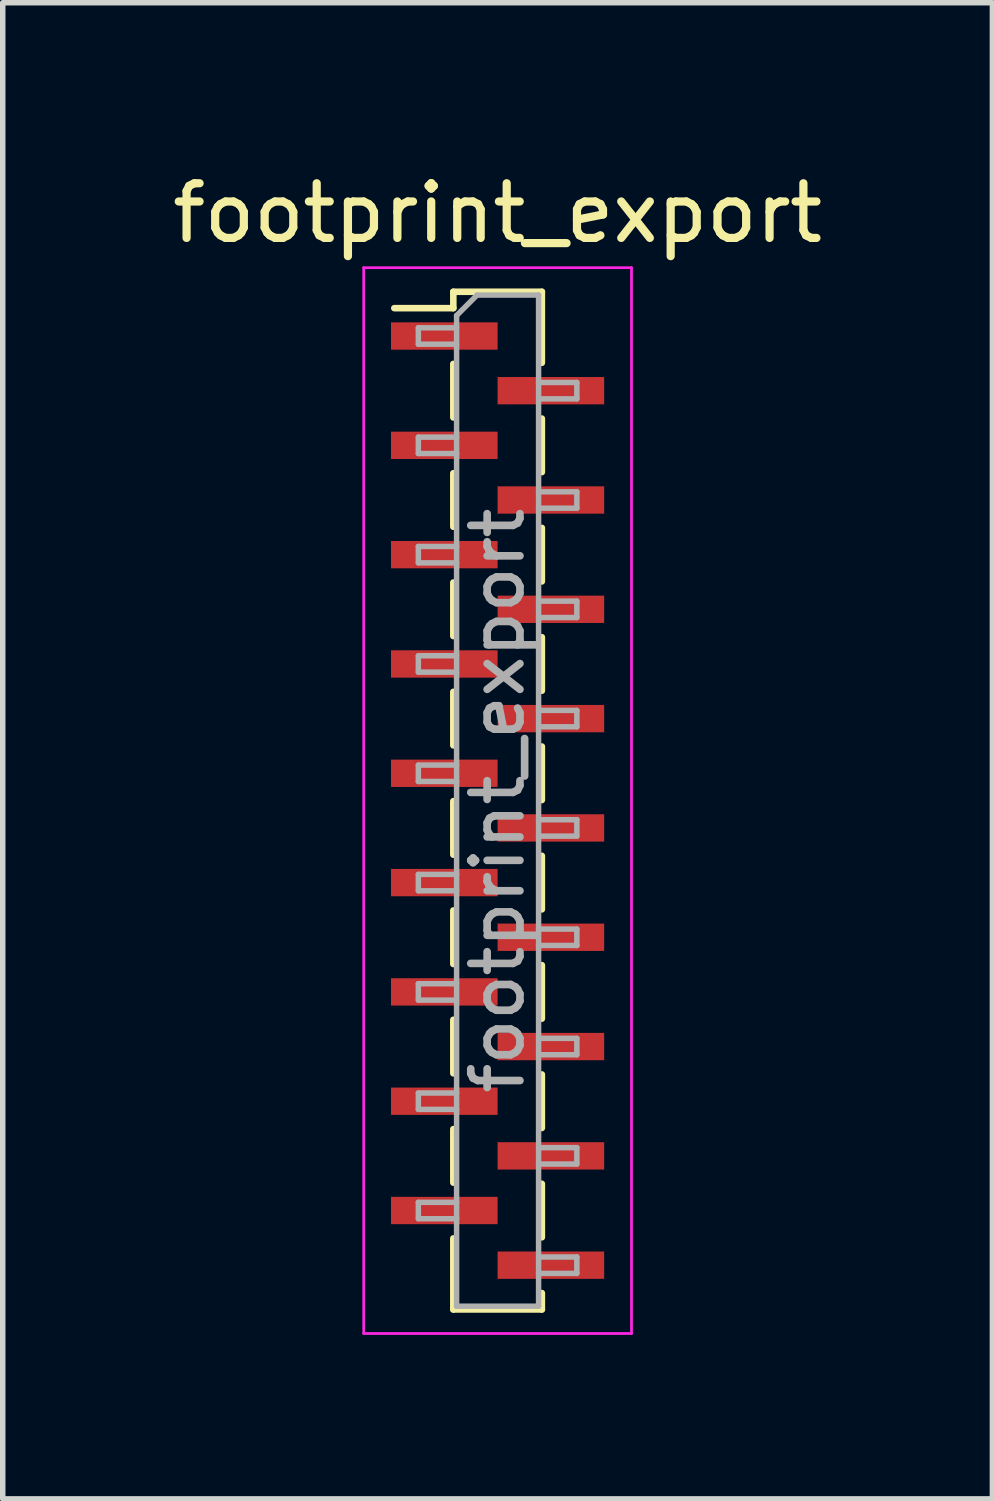
<source format=kicad_pcb>
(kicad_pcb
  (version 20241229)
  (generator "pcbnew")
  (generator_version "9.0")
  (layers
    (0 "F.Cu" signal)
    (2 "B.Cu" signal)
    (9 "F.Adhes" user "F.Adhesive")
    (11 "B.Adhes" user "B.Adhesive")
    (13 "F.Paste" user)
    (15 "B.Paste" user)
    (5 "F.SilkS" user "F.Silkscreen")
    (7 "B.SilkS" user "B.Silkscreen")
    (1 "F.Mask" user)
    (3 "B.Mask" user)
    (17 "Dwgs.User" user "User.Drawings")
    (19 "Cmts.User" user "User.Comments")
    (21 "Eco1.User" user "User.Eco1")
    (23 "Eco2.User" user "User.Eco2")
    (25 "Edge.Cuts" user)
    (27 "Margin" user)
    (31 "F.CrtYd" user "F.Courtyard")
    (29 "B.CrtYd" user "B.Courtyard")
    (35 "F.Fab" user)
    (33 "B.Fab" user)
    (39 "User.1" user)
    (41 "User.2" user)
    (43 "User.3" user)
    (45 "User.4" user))
  (footprint "footprint_export"
    (layer "F.Cu")
    (at 6.054 11.598)
    (property "Reference" "footprint_export" (at 0 -10.75 0) (layer "F.SilkS") (effects (font (size 1 1) (thickness 0.15))))
    (attr smd)
    (fp_line (start -1.89 -9.01) (end -0.81 -9.01) (stroke (width 0.12) (type solid)) (layer "F.SilkS"))
    (fp_line (start -0.81 -9.31) (end -0.81 -9.01) (stroke (width 0.12) (type solid)) (layer "F.SilkS"))
    (fp_line (start -0.81 -9.31) (end 0.81 -9.31) (stroke (width 0.12) (type solid)) (layer "F.SilkS"))
    (fp_line (start -0.81 -7.99) (end -0.81 -7.01) (stroke (width 0.12) (type solid)) (layer "F.SilkS"))
    (fp_line (start -0.81 -5.99) (end -0.81 -5.01) (stroke (width 0.12) (type solid)) (layer "F.SilkS"))
    (fp_line (start -0.81 -3.99) (end -0.81 -3.01) (stroke (width 0.12) (type solid)) (layer "F.SilkS"))
    (fp_line (start -0.81 -1.99) (end -0.81 -1.01) (stroke (width 0.12) (type solid)) (layer "F.SilkS"))
    (fp_line (start -0.81 0.01) (end -0.81 0.99) (stroke (width 0.12) (type solid)) (layer "F.SilkS"))
    (fp_line (start -0.81 2.01) (end -0.81 2.99) (stroke (width 0.12) (type solid)) (layer "F.SilkS"))
    (fp_line (start -0.81 4.01) (end -0.81 4.99) (stroke (width 0.12) (type solid)) (layer "F.SilkS"))
    (fp_line (start -0.81 6.01) (end -0.81 6.99) (stroke (width 0.12) (type solid)) (layer "F.SilkS"))
    (fp_line (start -0.81 8.01) (end -0.81 9.31) (stroke (width 0.12) (type solid)) (layer "F.SilkS"))
    (fp_line (start -0.81 9.31) (end 0.81 9.31) (stroke (width 0.12) (type solid)) (layer "F.SilkS"))
    (fp_line (start 0.81 -9.31) (end 0.81 -8.01) (stroke (width 0.12) (type solid)) (layer "F.SilkS"))
    (fp_line (start 0.81 -6.99) (end 0.81 -6.01) (stroke (width 0.12) (type solid)) (layer "F.SilkS"))
    (fp_line (start 0.81 -4.99) (end 0.81 -4.01) (stroke (width 0.12) (type solid)) (layer "F.SilkS"))
    (fp_line (start 0.81 -2.99) (end 0.81 -2.01) (stroke (width 0.12) (type solid)) (layer "F.SilkS"))
    (fp_line (start 0.81 -0.99) (end 0.81 -0.01) (stroke (width 0.12) (type solid)) (layer "F.SilkS"))
    (fp_line (start 0.81 1.01) (end 0.81 1.99) (stroke (width 0.12) (type solid)) (layer "F.SilkS"))
    (fp_line (start 0.81 3.01) (end 0.81 3.99) (stroke (width 0.12) (type solid)) (layer "F.SilkS"))
    (fp_line (start 0.81 5.01) (end 0.81 5.99) (stroke (width 0.12) (type solid)) (layer "F.SilkS"))
    (fp_line (start 0.81 7.01) (end 0.81 7.99) (stroke (width 0.12) (type solid)) (layer "F.SilkS"))
    (fp_line (start 0.81 9.01) (end 0.81 9.31) (stroke (width 0.12) (type solid)) (layer "F.SilkS"))
    (fp_line (start -2.45 -9.75) (end 2.45 -9.75) (stroke (width 0.05) (type solid)) (layer "F.CrtYd"))
    (fp_line (start -2.45 9.75) (end -2.45 -9.75) (stroke (width 0.05) (type solid)) (layer "F.CrtYd"))
    (fp_line (start 2.45 -9.75) (end 2.45 9.75) (stroke (width 0.05) (type solid)) (layer "F.CrtYd"))
    (fp_line (start 2.45 9.75) (end -2.45 9.75) (stroke (width 0.05) (type solid)) (layer "F.CrtYd"))
    (fp_line (start -1.45 -8.65) (end -0.75 -8.65) (stroke (width 0.1) (type solid)) (layer "F.Fab"))
    (fp_line (start -1.45 -8.35) (end -1.45 -8.65) (stroke (width 0.1) (type solid)) (layer "F.Fab"))
    (fp_line (start -1.45 -6.65) (end -0.75 -6.65) (stroke (width 0.1) (type solid)) (layer "F.Fab"))
    (fp_line (start -1.45 -6.35) (end -1.45 -6.65) (stroke (width 0.1) (type solid)) (layer "F.Fab"))
    (fp_line (start -1.45 -4.65) (end -0.75 -4.65) (stroke (width 0.1) (type solid)) (layer "F.Fab"))
    (fp_line (start -1.45 -4.35) (end -1.45 -4.65) (stroke (width 0.1) (type solid)) (layer "F.Fab"))
    (fp_line (start -1.45 -2.65) (end -0.75 -2.65) (stroke (width 0.1) (type solid)) (layer "F.Fab"))
    (fp_line (start -1.45 -2.35) (end -1.45 -2.65) (stroke (width 0.1) (type solid)) (layer "F.Fab"))
    (fp_line (start -1.45 -0.65) (end -0.75 -0.65) (stroke (width 0.1) (type solid)) (layer "F.Fab"))
    (fp_line (start -1.45 -0.35) (end -1.45 -0.65) (stroke (width 0.1) (type solid)) (layer "F.Fab"))
    (fp_line (start -1.45 1.35) (end -0.75 1.35) (stroke (width 0.1) (type solid)) (layer "F.Fab"))
    (fp_line (start -1.45 1.65) (end -1.45 1.35) (stroke (width 0.1) (type solid)) (layer "F.Fab"))
    (fp_line (start -1.45 3.35) (end -0.75 3.35) (stroke (width 0.1) (type solid)) (layer "F.Fab"))
    (fp_line (start -1.45 3.65) (end -1.45 3.35) (stroke (width 0.1) (type solid)) (layer "F.Fab"))
    (fp_line (start -1.45 5.35) (end -0.75 5.35) (stroke (width 0.1) (type solid)) (layer "F.Fab"))
    (fp_line (start -1.45 5.65) (end -1.45 5.35) (stroke (width 0.1) (type solid)) (layer "F.Fab"))
    (fp_line (start -1.45 7.35) (end -0.75 7.35) (stroke (width 0.1) (type solid)) (layer "F.Fab"))
    (fp_line (start -1.45 7.65) (end -1.45 7.35) (stroke (width 0.1) (type solid)) (layer "F.Fab"))
    (fp_line (start -0.75 -8.875) (end -0.375 -9.25) (stroke (width 0.1) (type solid)) (layer "F.Fab"))
    (fp_line (start -0.75 -8.35) (end -1.45 -8.35) (stroke (width 0.1) (type solid)) (layer "F.Fab"))
    (fp_line (start -0.75 -6.35) (end -1.45 -6.35) (stroke (width 0.1) (type solid)) (layer "F.Fab"))
    (fp_line (start -0.75 -4.35) (end -1.45 -4.35) (stroke (width 0.1) (type solid)) (layer "F.Fab"))
    (fp_line (start -0.75 -2.35) (end -1.45 -2.35) (stroke (width 0.1) (type solid)) (layer "F.Fab"))
    (fp_line (start -0.75 -0.35) (end -1.45 -0.35) (stroke (width 0.1) (type solid)) (layer "F.Fab"))
    (fp_line (start -0.75 1.65) (end -1.45 1.65) (stroke (width 0.1) (type solid)) (layer "F.Fab"))
    (fp_line (start -0.75 3.65) (end -1.45 3.65) (stroke (width 0.1) (type solid)) (layer "F.Fab"))
    (fp_line (start -0.75 5.65) (end -1.45 5.65) (stroke (width 0.1) (type solid)) (layer "F.Fab"))
    (fp_line (start -0.75 7.65) (end -1.45 7.65) (stroke (width 0.1) (type solid)) (layer "F.Fab"))
    (fp_line (start -0.75 9.25) (end -0.75 -8.875) (stroke (width 0.1) (type solid)) (layer "F.Fab"))
    (fp_line (start -0.375 -9.25) (end 0.75 -9.25) (stroke (width 0.1) (type solid)) (layer "F.Fab"))
    (fp_line (start 0.75 -9.25) (end 0.75 9.25) (stroke (width 0.1) (type solid)) (layer "F.Fab"))
    (fp_line (start 0.75 -7.65) (end 1.45 -7.65) (stroke (width 0.1) (type solid)) (layer "F.Fab"))
    (fp_line (start 0.75 -5.65) (end 1.45 -5.65) (stroke (width 0.1) (type solid)) (layer "F.Fab"))
    (fp_line (start 0.75 -3.65) (end 1.45 -3.65) (stroke (width 0.1) (type solid)) (layer "F.Fab"))
    (fp_line (start 0.75 -1.65) (end 1.45 -1.65) (stroke (width 0.1) (type solid)) (layer "F.Fab"))
    (fp_line (start 0.75 0.35) (end 1.45 0.35) (stroke (width 0.1) (type solid)) (layer "F.Fab"))
    (fp_line (start 0.75 2.35) (end 1.45 2.35) (stroke (width 0.1) (type solid)) (layer "F.Fab"))
    (fp_line (start 0.75 4.35) (end 1.45 4.35) (stroke (width 0.1) (type solid)) (layer "F.Fab"))
    (fp_line (start 0.75 6.35) (end 1.45 6.35) (stroke (width 0.1) (type solid)) (layer "F.Fab"))
    (fp_line (start 0.75 8.35) (end 1.45 8.35) (stroke (width 0.1) (type solid)) (layer "F.Fab"))
    (fp_line (start 0.75 9.25) (end -0.75 9.25) (stroke (width 0.1) (type solid)) (layer "F.Fab"))
    (fp_line (start 1.45 -7.65) (end 1.45 -7.35) (stroke (width 0.1) (type solid)) (layer "F.Fab"))
    (fp_line (start 1.45 -7.35) (end 0.75 -7.35) (stroke (width 0.1) (type solid)) (layer "F.Fab"))
    (fp_line (start 1.45 -5.65) (end 1.45 -5.35) (stroke (width 0.1) (type solid)) (layer "F.Fab"))
    (fp_line (start 1.45 -5.35) (end 0.75 -5.35) (stroke (width 0.1) (type solid)) (layer "F.Fab"))
    (fp_line (start 1.45 -3.65) (end 1.45 -3.35) (stroke (width 0.1) (type solid)) (layer "F.Fab"))
    (fp_line (start 1.45 -3.35) (end 0.75 -3.35) (stroke (width 0.1) (type solid)) (layer "F.Fab"))
    (fp_line (start 1.45 -1.65) (end 1.45 -1.35) (stroke (width 0.1) (type solid)) (layer "F.Fab"))
    (fp_line (start 1.45 -1.35) (end 0.75 -1.35) (stroke (width 0.1) (type solid)) (layer "F.Fab"))
    (fp_line (start 1.45 0.35) (end 1.45 0.65) (stroke (width 0.1) (type solid)) (layer "F.Fab"))
    (fp_line (start 1.45 0.65) (end 0.75 0.65) (stroke (width 0.1) (type solid)) (layer "F.Fab"))
    (fp_line (start 1.45 2.35) (end 1.45 2.65) (stroke (width 0.1) (type solid)) (layer "F.Fab"))
    (fp_line (start 1.45 2.65) (end 0.75 2.65) (stroke (width 0.1) (type solid)) (layer "F.Fab"))
    (fp_line (start 1.45 4.35) (end 1.45 4.65) (stroke (width 0.1) (type solid)) (layer "F.Fab"))
    (fp_line (start 1.45 4.65) (end 0.75 4.65) (stroke (width 0.1) (type solid)) (layer "F.Fab"))
    (fp_line (start 1.45 6.35) (end 1.45 6.65) (stroke (width 0.1) (type solid)) (layer "F.Fab"))
    (fp_line (start 1.45 6.65) (end 0.75 6.65) (stroke (width 0.1) (type solid)) (layer "F.Fab"))
    (fp_line (start 1.45 8.35) (end 1.45 8.65) (stroke (width 0.1) (type solid)) (layer "F.Fab"))
    (fp_line (start 1.45 8.65) (end 0.75 8.65) (stroke (width 0.1) (type solid)) (layer "F.Fab"))
    (fp_text user "${REFERENCE}" (at 0 0 90) (layer "F.Fab") (effects (font (size 0.9 0.9) (thickness 0.14))))
    (pad "1" smd rect (at -0.975 -8.5) (size 1.95 0.5) (layers "F.Cu" "F.Mask" "F.Paste"))
    (pad "2" smd rect (at 0.975 -7.5) (size 1.95 0.5) (layers "F.Cu" "F.Mask" "F.Paste"))
    (pad "3" smd rect (at -0.975 -6.5) (size 1.95 0.5) (layers "F.Cu" "F.Mask" "F.Paste"))
    (pad "4" smd rect (at 0.975 -5.5) (size 1.95 0.5) (layers "F.Cu" "F.Mask" "F.Paste"))
    (pad "5" smd rect (at -0.975 -4.5) (size 1.95 0.5) (layers "F.Cu" "F.Mask" "F.Paste"))
    (pad "6" smd rect (at 0.975 -3.5) (size 1.95 0.5) (layers "F.Cu" "F.Mask" "F.Paste"))
    (pad "7" smd rect (at -0.975 -2.5) (size 1.95 0.5) (layers "F.Cu" "F.Mask" "F.Paste"))
    (pad "8" smd rect (at 0.975 -1.5) (size 1.95 0.5) (layers "F.Cu" "F.Mask" "F.Paste"))
    (pad "9" smd rect (at -0.975 -0.5) (size 1.95 0.5) (layers "F.Cu" "F.Mask" "F.Paste"))
    (pad "10" smd rect (at 0.975 0.5) (size 1.95 0.5) (layers "F.Cu" "F.Mask" "F.Paste"))
    (pad "11" smd rect (at -0.975 1.5) (size 1.95 0.5) (layers "F.Cu" "F.Mask" "F.Paste"))
    (pad "12" smd rect (at 0.975 2.5) (size 1.95 0.5) (layers "F.Cu" "F.Mask" "F.Paste"))
    (pad "13" smd rect (at -0.975 3.5) (size 1.95 0.5) (layers "F.Cu" "F.Mask" "F.Paste"))
    (pad "14" smd rect (at 0.975 4.5) (size 1.95 0.5) (layers "F.Cu" "F.Mask" "F.Paste"))
    (pad "15" smd rect (at -0.975 5.5) (size 1.95 0.5) (layers "F.Cu" "F.Mask" "F.Paste"))
    (pad "16" smd rect (at 0.975 6.5) (size 1.95 0.5) (layers "F.Cu" "F.Mask" "F.Paste"))
    (pad "17" smd rect (at -0.975 7.5) (size 1.95 0.5) (layers "F.Cu" "F.Mask" "F.Paste"))
    (pad "18" smd rect (at 0.975 8.5) (size 1.95 0.5) (layers "F.Cu" "F.Mask" "F.Paste")))
  (gr_rect
    (start -3 -3)
    (end 15.107 24.373)
    (stroke (width 0.1) (type default))
    (fill no)
    (layer "Edge.Cuts")))
</source>
